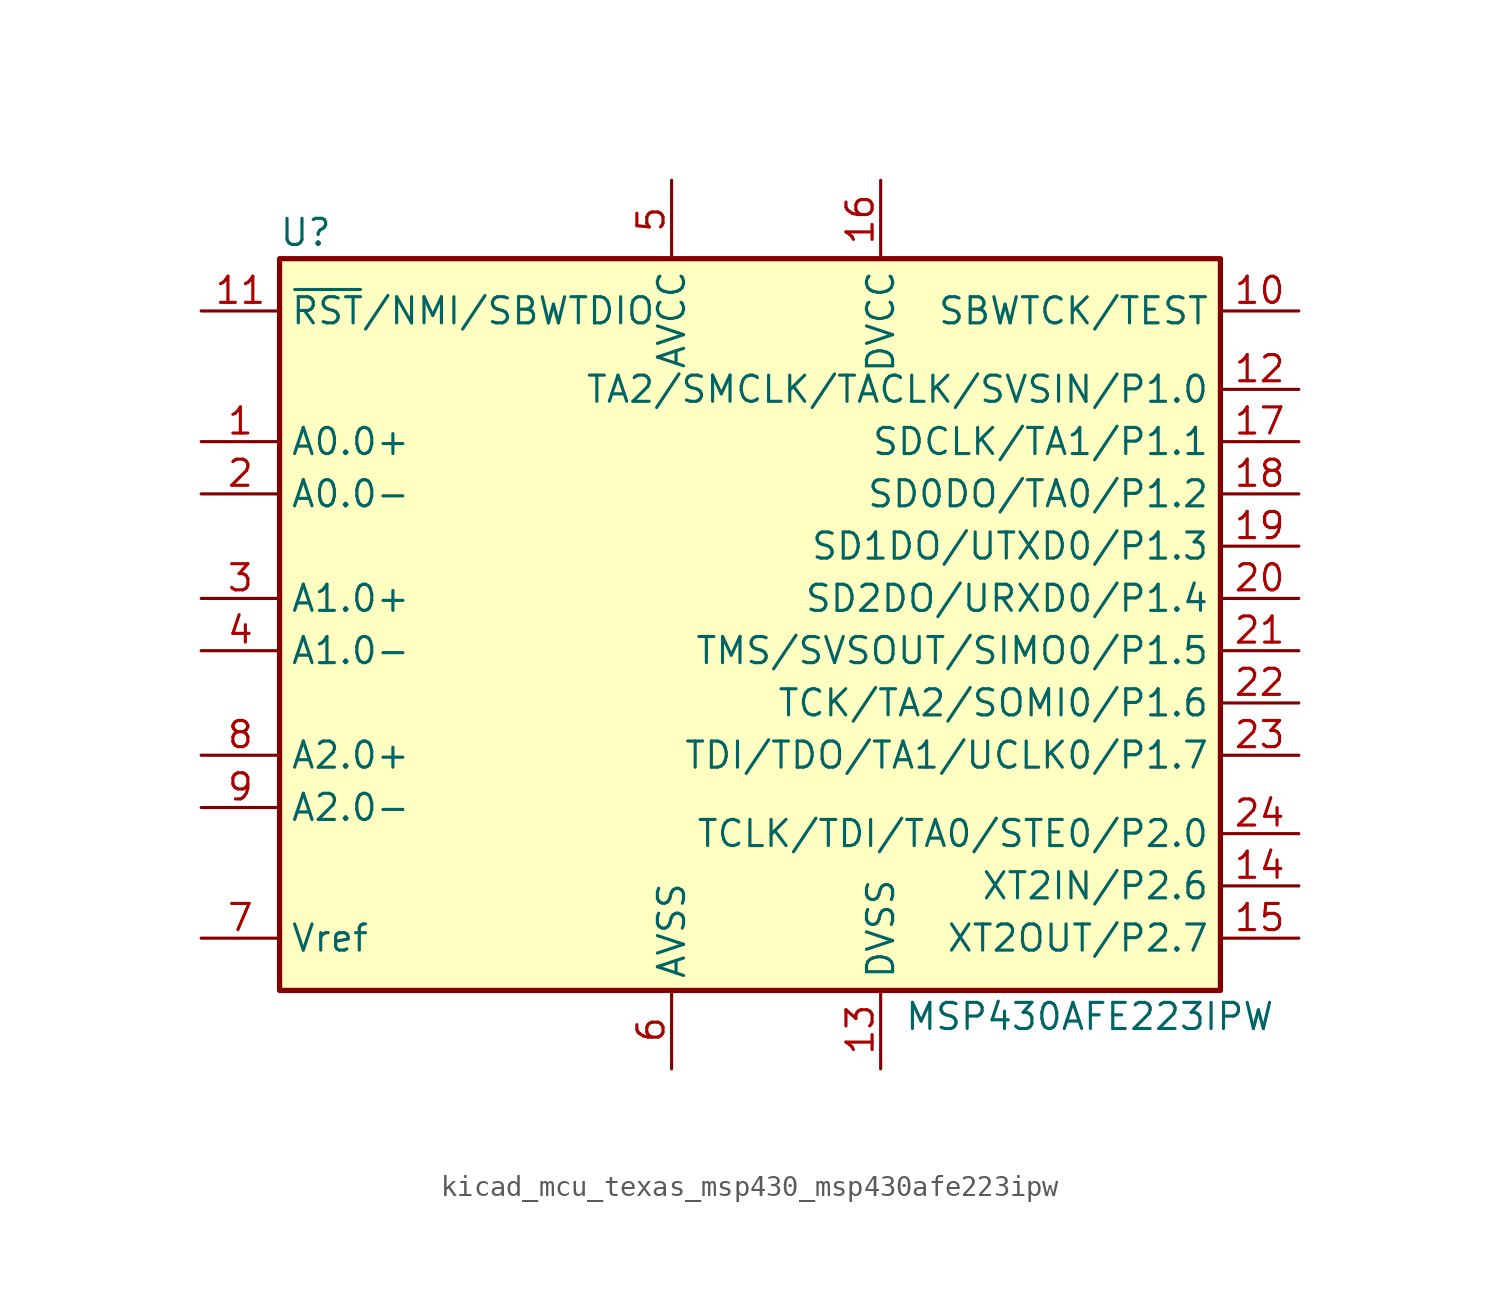
<source format=kicad_sym>
(kicad_symbol_lib
  (version 20220914)
  (generator kicad_symbol_editor)
  (symbol "kicad_mcu_texas_msp430_msp430afe223ipw"
    (property "Reference" "U"
      (at -22.86 19.05 0)
      (effects (font (size 1.27 1.27))))
    (property "Value" "MSP430AFE223IPW"
      (at 15.24 -19.05 0)
      (effects (font (size 1.27 1.27))))
    (symbol "kicad_mcu_texas_msp430_msp430afe223ipw_0_1"
      (rectangle (start -24.13 17.78) (end 21.59 -17.78) (stroke (width 0.254) (type default)) (fill (type background))))
    (symbol "kicad_mcu_texas_msp430_msp430afe223ipw_1_1"
      (pin passive line (at -27.94 8.89 0) (length 3.81) (name "A0.0+" (effects (font (size 1.27 1.27)))) (number "1" (effects (font (size 1.27 1.27)))))
      (pin input line (at 25.4 15.24 180) (length 3.81) (name "SBWTCK/TEST" (effects (font (size 1.27 1.27)))) (number "10" (effects (font (size 1.27 1.27)))))
      (pin input line (at -27.94 15.24 0) (length 3.81) (name "~{RST}/NMI/SBWTDIO" (effects (font (size 1.27 1.27)))) (number "11" (effects (font (size 1.27 1.27)))))
      (pin bidirectional line (at 25.4 11.43 180) (length 3.81) (name "TA2/SMCLK/TACLK/SVSIN/P1.0" (effects (font (size 1.27 1.27)))) (number "12" (effects (font (size 1.27 1.27)))))
      (pin power_in line (at 5.08 -21.59 90) (length 3.81) (name "DVSS" (effects (font (size 1.27 1.27)))) (number "13" (effects (font (size 1.27 1.27)))))
      (pin bidirectional line (at 25.4 -12.7 180) (length 3.81) (name "XT2IN/P2.6" (effects (font (size 1.27 1.27)))) (number "14" (effects (font (size 1.27 1.27)))))
      (pin bidirectional line (at 25.4 -15.24 180) (length 3.81) (name "XT2OUT/P2.7" (effects (font (size 1.27 1.27)))) (number "15" (effects (font (size 1.27 1.27)))))
      (pin power_in line (at 5.08 21.59 270) (length 3.81) (name "DVCC" (effects (font (size 1.27 1.27)))) (number "16" (effects (font (size 1.27 1.27)))))
      (pin bidirectional line (at 25.4 8.89 180) (length 3.81) (name "SDCLK/TA1/P1.1" (effects (font (size 1.27 1.27)))) (number "17" (effects (font (size 1.27 1.27)))))
      (pin bidirectional line (at 25.4 6.35 180) (length 3.81) (name "SD0DO/TA0/P1.2" (effects (font (size 1.27 1.27)))) (number "18" (effects (font (size 1.27 1.27)))))
      (pin bidirectional line (at 25.4 3.81 180) (length 3.81) (name "SD1DO/UTXD0/P1.3" (effects (font (size 1.27 1.27)))) (number "19" (effects (font (size 1.27 1.27)))))
      (pin passive line (at -27.94 6.35 0) (length 3.81) (name "A0.0-" (effects (font (size 1.27 1.27)))) (number "2" (effects (font (size 1.27 1.27)))))
      (pin bidirectional line (at 25.4 1.27 180) (length 3.81) (name "SD2DO/URXD0/P1.4" (effects (font (size 1.27 1.27)))) (number "20" (effects (font (size 1.27 1.27)))))
      (pin bidirectional line (at 25.4 -1.27 180) (length 3.81) (name "TMS/SVSOUT/SIMO0/P1.5" (effects (font (size 1.27 1.27)))) (number "21" (effects (font (size 1.27 1.27)))))
      (pin bidirectional line (at 25.4 -3.81 180) (length 3.81) (name "TCK/TA2/SOMI0/P1.6" (effects (font (size 1.27 1.27)))) (number "22" (effects (font (size 1.27 1.27)))))
      (pin bidirectional line (at 25.4 -6.35 180) (length 3.81) (name "TDI/TDO/TA1/UCLK0/P1.7" (effects (font (size 1.27 1.27)))) (number "23" (effects (font (size 1.27 1.27)))))
      (pin bidirectional line (at 25.4 -10.16 180) (length 3.81) (name "TCLK/TDI/TA0/STE0/P2.0" (effects (font (size 1.27 1.27)))) (number "24" (effects (font (size 1.27 1.27)))))
      (pin passive line (at -27.94 1.27 0) (length 3.81) (name "A1.0+" (effects (font (size 1.27 1.27)))) (number "3" (effects (font (size 1.27 1.27)))))
      (pin passive line (at -27.94 -1.27 0) (length 3.81) (name "A1.0-" (effects (font (size 1.27 1.27)))) (number "4" (effects (font (size 1.27 1.27)))))
      (pin power_in line (at -5.08 21.59 270) (length 3.81) (name "AVCC" (effects (font (size 1.27 1.27)))) (number "5" (effects (font (size 1.27 1.27)))))
      (pin power_in line (at -5.08 -21.59 90) (length 3.81) (name "AVSS" (effects (font (size 1.27 1.27)))) (number "6" (effects (font (size 1.27 1.27)))))
      (pin passive line (at -27.94 -15.24 0) (length 3.81) (name "Vref" (effects (font (size 1.27 1.27)))) (number "7" (effects (font (size 1.27 1.27)))))
      (pin passive line (at -27.94 -6.35 0) (length 3.81) (name "A2.0+" (effects (font (size 1.27 1.27)))) (number "8" (effects (font (size 1.27 1.27)))))
      (pin passive line (at -27.94 -8.89 0) (length 3.81) (name "A2.0-" (effects (font (size 1.27 1.27)))) (number "9" (effects (font (size 1.27 1.27))))))))
</source>
